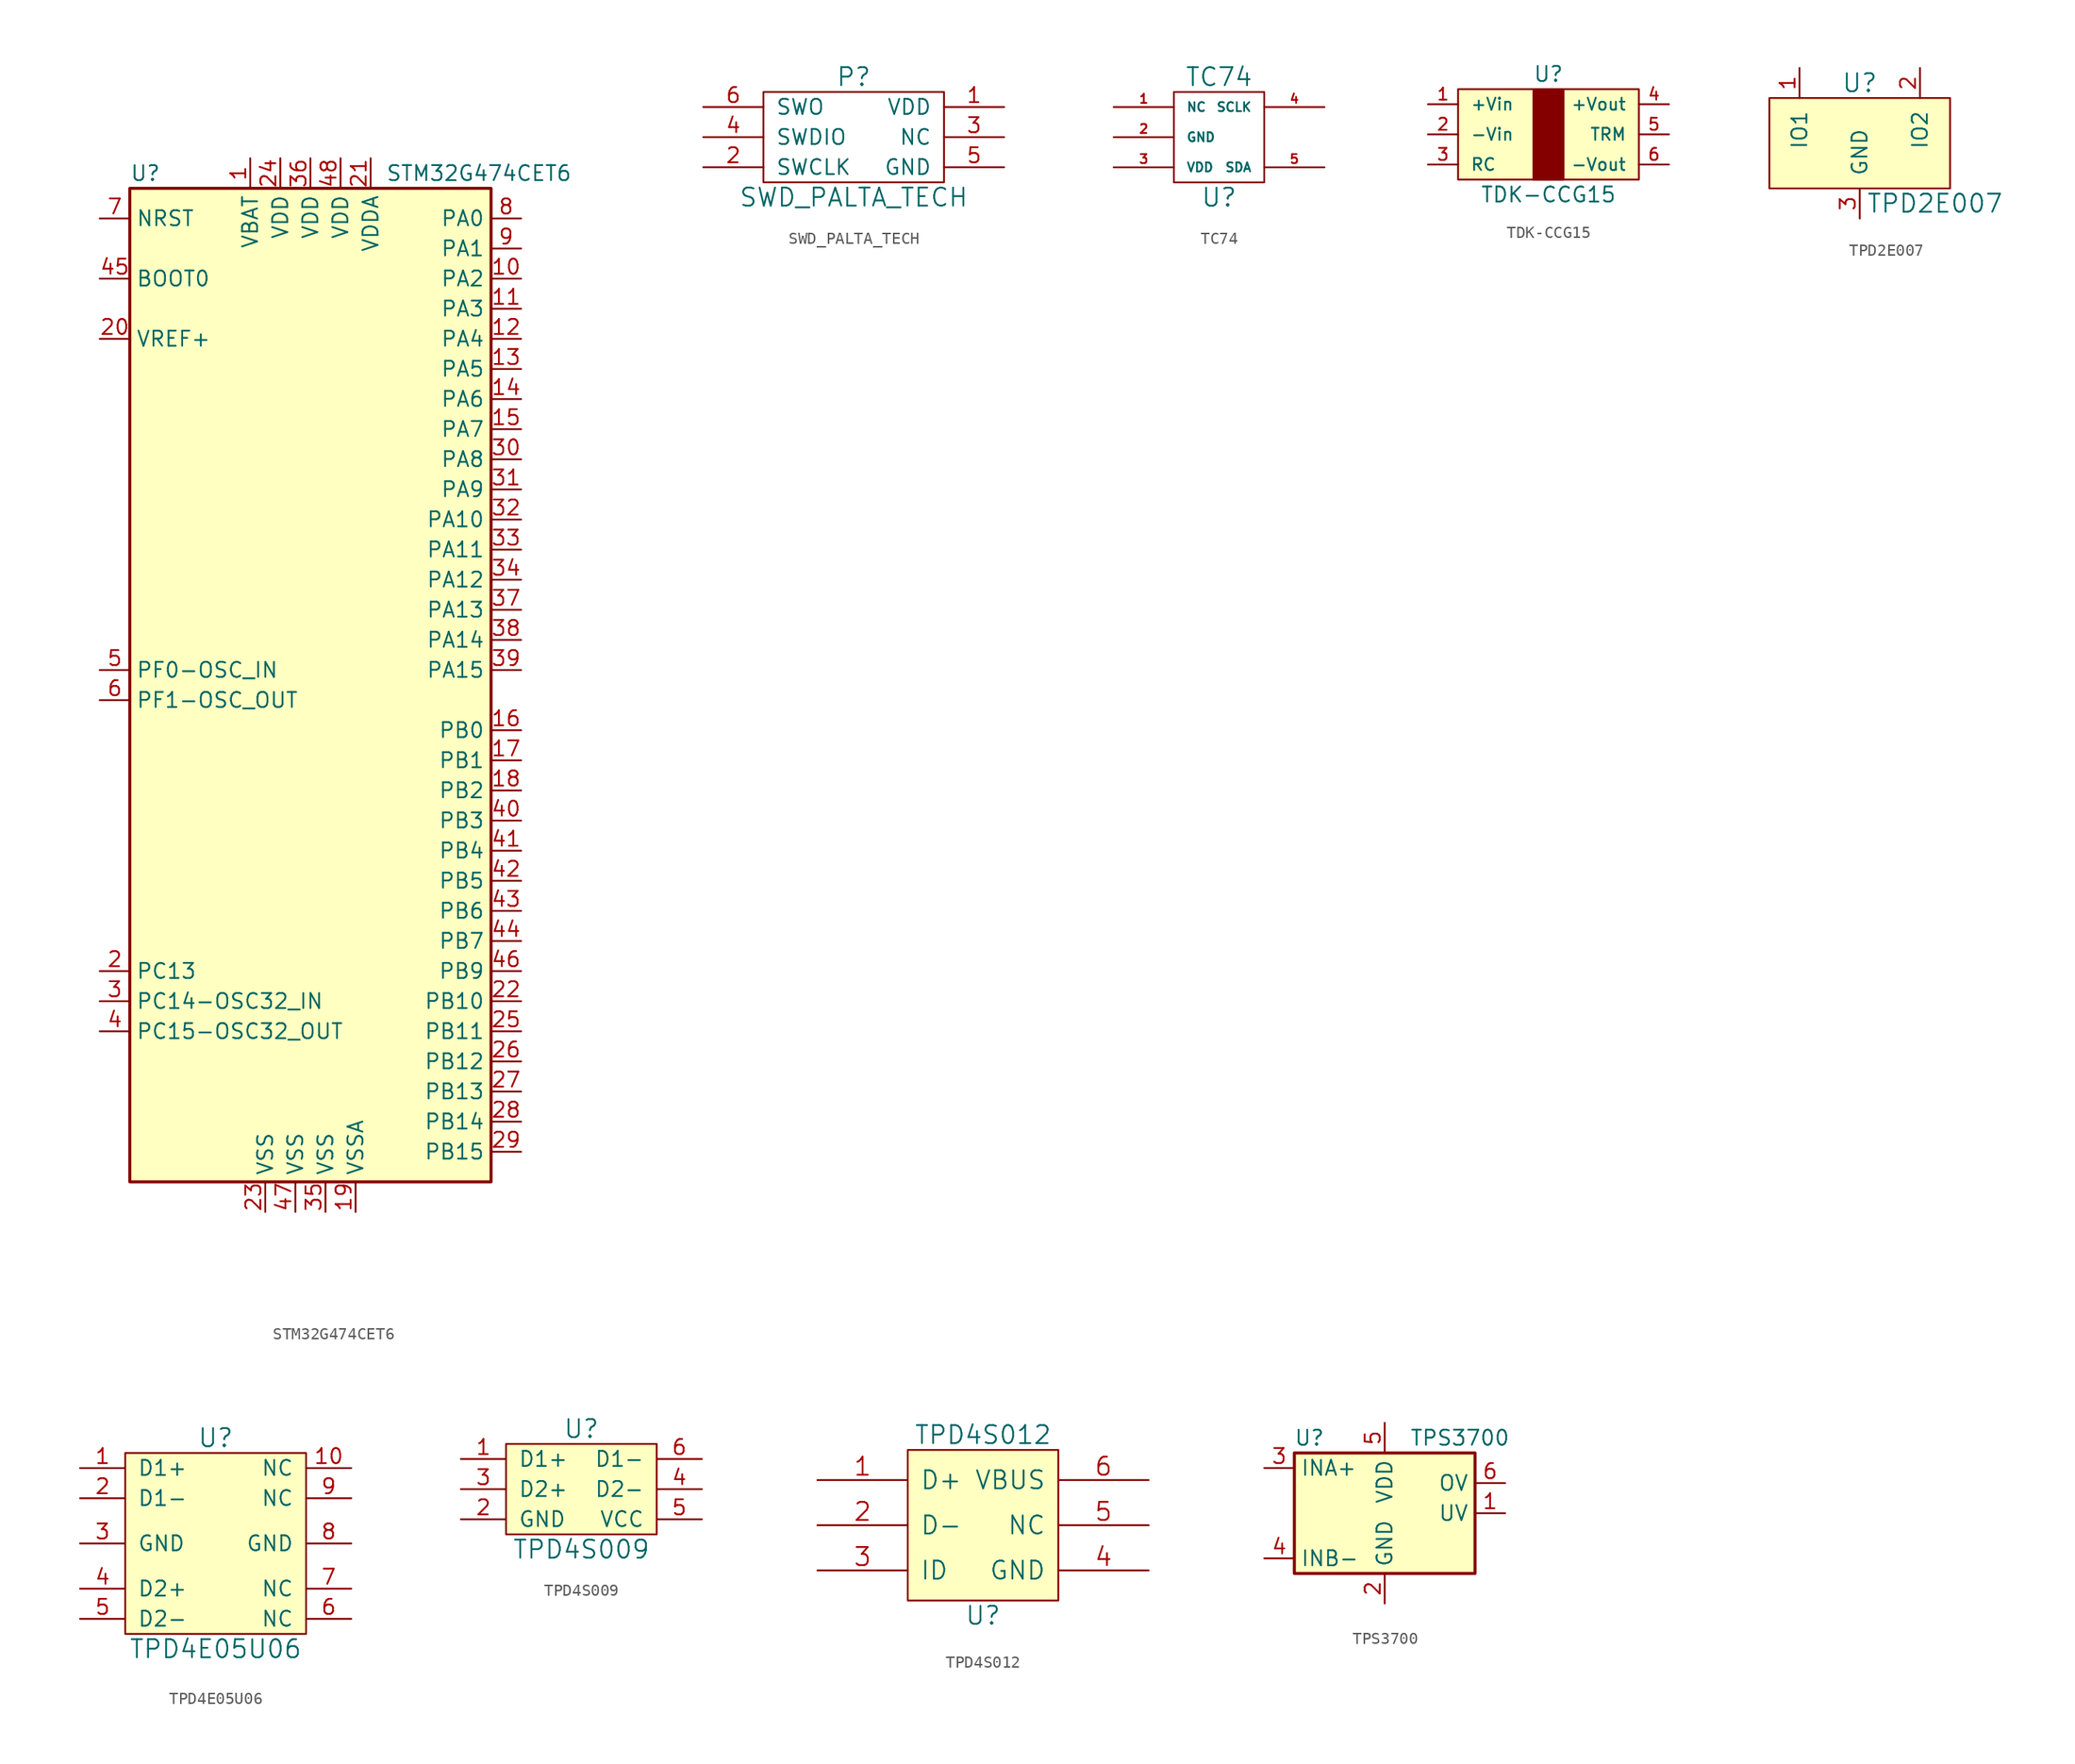
<source format=kicad_sym>
(kicad_symbol_lib
  (version 20211014)
  (generator kicad_symbol_editor)
  (symbol "STM32G474CET6"
    (property "Reference" "U"
      (at -15.24 36.83 0)
      (effects (font (size 1.27 1.27)) (justify left)))
    (property "Value" "STM32G474CET6"
      (at 6.35 36.83 0)
      (effects (font (size 1.27 1.27)) (justify left)))
    (symbol "STM32G474CET6_0_1"
      (rectangle (start -15.24 -48.26) (end 15.24 35.56) (stroke (width 0.254) (type default) (color 0 0 0 0)) (fill (type background))))
    (symbol "STM32G474CET6_1_1"
      (pin power_in line (at -5.08 38.1 270) (length 2.54) (name "VBAT" (effects (font (size 1.27 1.27)))) (number "1" (effects (font (size 1.27 1.27)))))
      (pin bidirectional line (at 17.78 27.94 180) (length 2.54) (name "PA2" (effects (font (size 1.27 1.27)))) (number "10" (effects (font (size 1.27 1.27)))))
      (pin bidirectional line (at 17.78 25.4 180) (length 2.54) (name "PA3" (effects (font (size 1.27 1.27)))) (number "11" (effects (font (size 1.27 1.27)))))
      (pin bidirectional line (at 17.78 22.86 180) (length 2.54) (name "PA4" (effects (font (size 1.27 1.27)))) (number "12" (effects (font (size 1.27 1.27)))))
      (pin bidirectional line (at 17.78 20.32 180) (length 2.54) (name "PA5" (effects (font (size 1.27 1.27)))) (number "13" (effects (font (size 1.27 1.27)))))
      (pin bidirectional line (at 17.78 17.78 180) (length 2.54) (name "PA6" (effects (font (size 1.27 1.27)))) (number "14" (effects (font (size 1.27 1.27)))))
      (pin bidirectional line (at 17.78 15.24 180) (length 2.54) (name "PA7" (effects (font (size 1.27 1.27)))) (number "15" (effects (font (size 1.27 1.27)))))
      (pin bidirectional line (at 17.78 -10.16 180) (length 2.54) (name "PB0" (effects (font (size 1.27 1.27)))) (number "16" (effects (font (size 1.27 1.27)))))
      (pin bidirectional line (at 17.78 -12.7 180) (length 2.54) (name "PB1" (effects (font (size 1.27 1.27)))) (number "17" (effects (font (size 1.27 1.27)))))
      (pin bidirectional line (at 17.78 -15.24 180) (length 2.54) (name "PB2" (effects (font (size 1.27 1.27)))) (number "18" (effects (font (size 1.27 1.27)))))
      (pin power_in line (at 3.81 -50.8 90) (length 2.54) (name "VSSA" (effects (font (size 1.27 1.27)))) (number "19" (effects (font (size 1.27 1.27)))))
      (pin bidirectional line (at -17.78 -30.48 0) (length 2.54) (name "PC13" (effects (font (size 1.27 1.27)))) (number "2" (effects (font (size 1.27 1.27)))))
      (pin input line (at -17.78 22.86 0) (length 2.54) (name "VREF+" (effects (font (size 1.27 1.27)))) (number "20" (effects (font (size 1.27 1.27)))))
      (pin power_in line (at 5.08 38.1 270) (length 2.54) (name "VDDA" (effects (font (size 1.27 1.27)))) (number "21" (effects (font (size 1.27 1.27)))))
      (pin bidirectional line (at 17.78 -33.02 180) (length 2.54) (name "PB10" (effects (font (size 1.27 1.27)))) (number "22" (effects (font (size 1.27 1.27)))))
      (pin power_in line (at -3.81 -50.8 90) (length 2.54) (name "VSS" (effects (font (size 1.27 1.27)))) (number "23" (effects (font (size 1.27 1.27)))))
      (pin power_in line (at -2.54 38.1 270) (length 2.54) (name "VDD" (effects (font (size 1.27 1.27)))) (number "24" (effects (font (size 1.27 1.27)))))
      (pin bidirectional line (at 17.78 -35.56 180) (length 2.54) (name "PB11" (effects (font (size 1.27 1.27)))) (number "25" (effects (font (size 1.27 1.27)))))
      (pin bidirectional line (at 17.78 -38.1 180) (length 2.54) (name "PB12" (effects (font (size 1.27 1.27)))) (number "26" (effects (font (size 1.27 1.27)))))
      (pin bidirectional line (at 17.78 -40.64 180) (length 2.54) (name "PB13" (effects (font (size 1.27 1.27)))) (number "27" (effects (font (size 1.27 1.27)))))
      (pin bidirectional line (at 17.78 -43.18 180) (length 2.54) (name "PB14" (effects (font (size 1.27 1.27)))) (number "28" (effects (font (size 1.27 1.27)))))
      (pin bidirectional line (at 17.78 -45.72 180) (length 2.54) (name "PB15" (effects (font (size 1.27 1.27)))) (number "29" (effects (font (size 1.27 1.27)))))
      (pin bidirectional line (at -17.78 -33.02 0) (length 2.54) (name "PC14-OSC32_IN" (effects (font (size 1.27 1.27)))) (number "3" (effects (font (size 1.27 1.27)))))
      (pin bidirectional line (at 17.78 12.7 180) (length 2.54) (name "PA8" (effects (font (size 1.27 1.27)))) (number "30" (effects (font (size 1.27 1.27)))))
      (pin bidirectional line (at 17.78 10.16 180) (length 2.54) (name "PA9" (effects (font (size 1.27 1.27)))) (number "31" (effects (font (size 1.27 1.27)))))
      (pin bidirectional line (at 17.78 7.62 180) (length 2.54) (name "PA10" (effects (font (size 1.27 1.27)))) (number "32" (effects (font (size 1.27 1.27)))))
      (pin bidirectional line (at 17.78 5.08 180) (length 2.54) (name "PA11" (effects (font (size 1.27 1.27)))) (number "33" (effects (font (size 1.27 1.27)))))
      (pin bidirectional line (at 17.78 2.54 180) (length 2.54) (name "PA12" (effects (font (size 1.27 1.27)))) (number "34" (effects (font (size 1.27 1.27)))))
      (pin power_in line (at 1.27 -50.8 90) (length 2.54) (name "VSS" (effects (font (size 1.27 1.27)))) (number "35" (effects (font (size 1.27 1.27)))))
      (pin power_in line (at 0 38.1 270) (length 2.54) (name "VDD" (effects (font (size 1.27 1.27)))) (number "36" (effects (font (size 1.27 1.27)))))
      (pin bidirectional line (at 17.78 0 180) (length 2.54) (name "PA13" (effects (font (size 1.27 1.27)))) (number "37" (effects (font (size 1.27 1.27)))))
      (pin bidirectional line (at 17.78 -2.54 180) (length 2.54) (name "PA14" (effects (font (size 1.27 1.27)))) (number "38" (effects (font (size 1.27 1.27)))))
      (pin bidirectional line (at 17.78 -5.08 180) (length 2.54) (name "PA15" (effects (font (size 1.27 1.27)))) (number "39" (effects (font (size 1.27 1.27)))))
      (pin bidirectional line (at -17.78 -35.56 0) (length 2.54) (name "PC15-OSC32_OUT" (effects (font (size 1.27 1.27)))) (number "4" (effects (font (size 1.27 1.27)))))
      (pin bidirectional line (at 17.78 -17.78 180) (length 2.54) (name "PB3" (effects (font (size 1.27 1.27)))) (number "40" (effects (font (size 1.27 1.27)))))
      (pin bidirectional line (at 17.78 -20.32 180) (length 2.54) (name "PB4" (effects (font (size 1.27 1.27)))) (number "41" (effects (font (size 1.27 1.27)))))
      (pin bidirectional line (at 17.78 -22.86 180) (length 2.54) (name "PB5" (effects (font (size 1.27 1.27)))) (number "42" (effects (font (size 1.27 1.27)))))
      (pin bidirectional line (at 17.78 -25.4 180) (length 2.54) (name "PB6" (effects (font (size 1.27 1.27)))) (number "43" (effects (font (size 1.27 1.27)))))
      (pin bidirectional line (at 17.78 -27.94 180) (length 2.54) (name "PB7" (effects (font (size 1.27 1.27)))) (number "44" (effects (font (size 1.27 1.27)))))
      (pin input line (at -17.78 27.94 0) (length 2.54) (name "BOOT0" (effects (font (size 1.27 1.27)))) (number "45" (effects (font (size 1.27 1.27)))))
      (pin bidirectional line (at 17.78 -30.48 180) (length 2.54) (name "PB9" (effects (font (size 1.27 1.27)))) (number "46" (effects (font (size 1.27 1.27)))))
      (pin power_in line (at -1.27 -50.8 90) (length 2.54) (name "VSS" (effects (font (size 1.27 1.27)))) (number "47" (effects (font (size 1.27 1.27)))))
      (pin power_in line (at 2.54 38.1 270) (length 2.54) (name "VDD" (effects (font (size 1.27 1.27)))) (number "48" (effects (font (size 1.27 1.27)))))
      (pin input line (at -17.78 -5.08 0) (length 2.54) (name "PF0-OSC_IN" (effects (font (size 1.27 1.27)))) (number "5" (effects (font (size 1.27 1.27)))))
      (pin input line (at -17.78 -7.62 0) (length 2.54) (name "PF1-OSC_OUT" (effects (font (size 1.27 1.27)))) (number "6" (effects (font (size 1.27 1.27)))))
      (pin input line (at -17.78 33.02 0) (length 2.54) (name "NRST" (effects (font (size 1.27 1.27)))) (number "7" (effects (font (size 1.27 1.27)))))
      (pin bidirectional line (at 17.78 33.02 180) (length 2.54) (name "PA0" (effects (font (size 1.27 1.27)))) (number "8" (effects (font (size 1.27 1.27)))))
      (pin bidirectional line (at 17.78 30.48 180) (length 2.54) (name "PA1" (effects (font (size 1.27 1.27)))) (number "9" (effects (font (size 1.27 1.27)))))))
  (symbol "SWD_PALTA_TECH"
    (pin_names
      (offset 1.016))
    (property "Reference" "P"
      (at 0 5.08 0)
      (effects (font (size 1.524 1.524))))
    (property "Value" "SWD_PALTA_TECH"
      (at 0 -5.08 0)
      (effects (font (size 1.524 1.524))))
    (property "Datasheet" ""
      (at 0 -5.08 0)
      (effects (font (size 1.524 1.524))))
    (symbol "SWD_PALTA_TECH_0_1"
      (rectangle (start -7.62 3.81) (end 7.62 -3.81) (stroke (width 0) (type default) (color 0 0 0 0)) (fill (type none))))
    (symbol "SWD_PALTA_TECH_1_1"
      (pin input line (at 12.7 2.54 180) (length 5.08) (name "VDD" (effects (font (size 1.27 1.27)))) (number "1" (effects (font (size 1.27 1.27)))))
      (pin input line (at -12.7 -2.54 0) (length 5.08) (name "SWCLK" (effects (font (size 1.27 1.27)))) (number "2" (effects (font (size 1.27 1.27)))))
      (pin input line (at 12.7 0 180) (length 5.08) (name "NC" (effects (font (size 1.27 1.27)))) (number "3" (effects (font (size 1.27 1.27)))))
      (pin input line (at -12.7 0 0) (length 5.08) (name "SWDIO" (effects (font (size 1.27 1.27)))) (number "4" (effects (font (size 1.27 1.27)))))
      (pin input line (at 12.7 -2.54 180) (length 5.08) (name "GND" (effects (font (size 1.27 1.27)))) (number "5" (effects (font (size 1.27 1.27)))))
      (pin input line (at -12.7 2.54 0) (length 5.08) (name "SWO" (effects (font (size 1.27 1.27)))) (number "6" (effects (font (size 1.27 1.27)))))))
  (symbol "TC74"
    (pin_names
      (offset 1.016))
    (property "Reference" "U"
      (at 0 -5.08 0)
      (effects (font (size 1.524 1.524))))
    (property "Value" "TC74"
      (at 0 5.08 0)
      (effects (font (size 1.524 1.524))))
    (property "Footprint" ""
      (at 0 0 0)
      (effects (font (size 1.524 1.524))))
    (property "Datasheet" ""
      (at 0 0 0)
      (effects (font (size 1.524 1.524))))
    (symbol "TC74_0_1"
      (rectangle (start 3.81 3.81) (end -3.81 -3.81) (stroke (width 0) (type default) (color 0 0 0 0)) (fill (type none))))
    (symbol "TC74_1_1"
      (pin bidirectional line (at -8.89 2.54 0) (length 5.08) (name "NC" (effects (font (size 0.762 0.762)))) (number "1" (effects (font (size 0.762 0.762)))))
      (pin bidirectional line (at -8.89 0 0) (length 5.08) (name "GND" (effects (font (size 0.762 0.762)))) (number "2" (effects (font (size 0.762 0.762)))))
      (pin bidirectional line (at -8.89 -2.54 0) (length 5.08) (name "VDD" (effects (font (size 0.762 0.762)))) (number "3" (effects (font (size 0.762 0.762)))))
      (pin bidirectional line (at 8.89 2.54 180) (length 5.08) (name "SCLK" (effects (font (size 0.762 0.762)))) (number "4" (effects (font (size 0.762 0.762)))))
      (pin bidirectional line (at 8.89 -2.54 180) (length 5.08) (name "SDA" (effects (font (size 0.762 0.762)))) (number "5" (effects (font (size 0.762 0.762)))))))
  (symbol "TDK-CCG15"
    (pin_names
      (offset 1.016))
    (property "Reference" "U"
      (at 0 5.08 0)
      (effects (font (size 1.27 1.27))))
    (property "Value" "TDK-CCG15"
      (at 0 -5.08 0)
      (effects (font (size 1.27 1.27))))
    (symbol "TDK-CCG15_0_1"
      (rectangle (start -7.62 3.81) (end 7.62 -3.81) (stroke (width 0) (type default) (color 0 0 0 0)) (fill (type background)))
      (rectangle (start -1.27 3.81) (end 1.27 -3.81) (stroke (width 0) (type default) (color 0 0 0 0)) (fill (type outline))))
    (symbol "TDK-CCG15_1_1"
      (pin input line (at -10.16 2.54 0) (length 2.54) (name "+Vin" (effects (font (size 1.016 1.016)))) (number "1" (effects (font (size 1.016 1.016)))))
      (pin input line (at -10.16 0 0) (length 2.54) (name "-Vin" (effects (font (size 1.016 1.016)))) (number "2" (effects (font (size 1.016 1.016)))))
      (pin input line (at -10.16 -2.54 0) (length 2.54) (name "RC" (effects (font (size 1.016 1.016)))) (number "3" (effects (font (size 1.016 1.016)))))
      (pin input line (at 10.16 2.54 180) (length 2.54) (name "+Vout" (effects (font (size 1.016 1.016)))) (number "4" (effects (font (size 1.016 1.016)))))
      (pin input line (at 10.16 0 180) (length 2.54) (name "TRM" (effects (font (size 1.016 1.016)))) (number "5" (effects (font (size 1.016 1.016)))))
      (pin input line (at 10.16 -2.54 180) (length 2.54) (name "-Vout" (effects (font (size 1.016 1.016)))) (number "6" (effects (font (size 1.016 1.016)))))))
  (symbol "TPD2E007"
    (pin_names
      (offset 1.016))
    (property "Reference" "U"
      (at 0 6.35 0)
      (effects (font (size 1.524 1.524))))
    (property "Value" "TPD2E007"
      (at 6.35 -3.81 0)
      (effects (font (size 1.524 1.524))))
    (symbol "TPD2E007_0_1"
      (rectangle (start -7.62 5.08) (end 7.62 -2.54) (stroke (width 0) (type default) (color 0 0 0 0)) (fill (type background))))
    (symbol "TPD2E007_1_1"
      (pin input line (at -5.08 7.62 270) (length 2.54) (name "IO1" (effects (font (size 1.27 1.27)))) (number "1" (effects (font (size 1.27 1.27)))))
      (pin input line (at 5.08 7.62 270) (length 2.54) (name "IO2" (effects (font (size 1.27 1.27)))) (number "2" (effects (font (size 1.27 1.27)))))
      (pin input line (at 0 -5.08 90) (length 2.54) (name "GND" (effects (font (size 1.27 1.27)))) (number "3" (effects (font (size 1.27 1.27)))))))
  (symbol "TPD4E05U06"
    (pin_names
      (offset 1.016))
    (property "Reference" "U"
      (at 0 8.89 0)
      (effects (font (size 1.524 1.524))))
    (property "Value" "TPD4E05U06"
      (at 0 -8.89 0)
      (effects (font (size 1.524 1.524))))
    (property "Footprint" ""
      (at 0 -7.62 0)
      (effects (font (size 1.524 1.524))))
    (property "Datasheet" ""
      (at 0 -7.62 0)
      (effects (font (size 1.524 1.524))))
    (symbol "TPD4E05U06_0_1"
      (rectangle (start -7.62 7.62) (end 7.62 -7.62) (stroke (width 0) (type default) (color 0 0 0 0)) (fill (type background))))
    (symbol "TPD4E05U06_1_1"
      (pin input line (at -11.43 6.35 0) (length 3.81) (name "D1+" (effects (font (size 1.27 1.27)))) (number "1" (effects (font (size 1.27 1.27)))))
      (pin input line (at 11.43 6.35 180) (length 3.81) (name "NC" (effects (font (size 1.27 1.27)))) (number "10" (effects (font (size 1.27 1.27)))))
      (pin input line (at -11.43 3.81 0) (length 3.81) (name "D1-" (effects (font (size 1.27 1.27)))) (number "2" (effects (font (size 1.27 1.27)))))
      (pin input line (at -11.43 0 0) (length 3.81) (name "GND" (effects (font (size 1.27 1.27)))) (number "3" (effects (font (size 1.27 1.27)))))
      (pin input line (at -11.43 -3.81 0) (length 3.81) (name "D2+" (effects (font (size 1.27 1.27)))) (number "4" (effects (font (size 1.27 1.27)))))
      (pin input line (at -11.43 -6.35 0) (length 3.81) (name "D2-" (effects (font (size 1.27 1.27)))) (number "5" (effects (font (size 1.27 1.27)))))
      (pin input line (at 11.43 -6.35 180) (length 3.81) (name "NC" (effects (font (size 1.27 1.27)))) (number "6" (effects (font (size 1.27 1.27)))))
      (pin input line (at 11.43 -3.81 180) (length 3.81) (name "NC" (effects (font (size 1.27 1.27)))) (number "7" (effects (font (size 1.27 1.27)))))
      (pin input line (at 11.43 0 180) (length 3.81) (name "GND" (effects (font (size 1.27 1.27)))) (number "8" (effects (font (size 1.27 1.27)))))
      (pin input line (at 11.43 3.81 180) (length 3.81) (name "NC" (effects (font (size 1.27 1.27)))) (number "9" (effects (font (size 1.27 1.27)))))))
  (symbol "TPD4S009"
    (pin_names
      (offset 1.016))
    (property "Reference" "U"
      (at 0 5.08 0)
      (effects (font (size 1.524 1.524))))
    (property "Value" "TPD4S009"
      (at 0 -5.08 0)
      (effects (font (size 1.524 1.524))))
    (symbol "TPD4S009_0_1"
      (rectangle (start -6.35 3.81) (end 6.35 -3.81) (stroke (width 0) (type default) (color 0 0 0 0)) (fill (type background))))
    (symbol "TPD4S009_1_1"
      (pin input line (at -10.16 2.54 0) (length 3.81) (name "D1+" (effects (font (size 1.27 1.27)))) (number "1" (effects (font (size 1.27 1.27)))))
      (pin power_in line (at -10.16 -2.54 0) (length 3.81) (name "GND" (effects (font (size 1.27 1.27)))) (number "2" (effects (font (size 1.27 1.27)))))
      (pin input line (at -10.16 0 0) (length 3.81) (name "D2+" (effects (font (size 1.27 1.27)))) (number "3" (effects (font (size 1.27 1.27)))))
      (pin input line (at 10.16 0 180) (length 3.81) (name "D2-" (effects (font (size 1.27 1.27)))) (number "4" (effects (font (size 1.27 1.27)))))
      (pin passive line (at 10.16 -2.54 180) (length 3.81) (name "VCC" (effects (font (size 1.27 1.27)))) (number "5" (effects (font (size 1.27 1.27)))))
      (pin passive line (at 10.16 2.54 180) (length 3.81) (name "D1-" (effects (font (size 1.27 1.27)))) (number "6" (effects (font (size 1.27 1.27)))))))
  (symbol "TPD4S012"
    (pin_names
      (offset 1.016))
    (property "Reference" "U"
      (at 0 -7.62 0)
      (effects (font (size 1.524 1.524))))
    (property "Value" "TPD4S012"
      (at 0 7.62 0)
      (effects (font (size 1.524 1.524))))
    (property "Footprint" ""
      (at -2.54 -2.54 0)
      (effects (font (size 1.524 1.524))))
    (property "Datasheet" ""
      (at 0 0 0)
      (effects (font (size 1.524 1.524))))
    (symbol "TPD4S012_0_1"
      (rectangle (start -6.35 6.35) (end 6.35 -6.35) (stroke (width 0) (type default) (color 0 0 0 0)) (fill (type background))))
    (symbol "TPD4S012_1_1"
      (pin input line (at -13.97 3.81 0) (length 7.62) (name "D+" (effects (font (size 1.524 1.524)))) (number "1" (effects (font (size 1.524 1.524)))))
      (pin input line (at -13.97 0 0) (length 7.62) (name "D-" (effects (font (size 1.524 1.524)))) (number "2" (effects (font (size 1.524 1.524)))))
      (pin input line (at -13.97 -3.81 0) (length 7.62) (name "ID" (effects (font (size 1.524 1.524)))) (number "3" (effects (font (size 1.524 1.524)))))
      (pin input line (at 13.97 -3.81 180) (length 7.62) (name "GND" (effects (font (size 1.524 1.524)))) (number "4" (effects (font (size 1.524 1.524)))))
      (pin input line (at 13.97 0 180) (length 7.62) (name "NC" (effects (font (size 1.524 1.524)))) (number "5" (effects (font (size 1.524 1.524)))))
      (pin input line (at 13.97 3.81 180) (length 7.62) (name "VBUS" (effects (font (size 1.524 1.524)))) (number "6" (effects (font (size 1.524 1.524)))))))
  (symbol "TPS3700"
    (property "Reference" "U"
      (at -6.35 6.35 0)
      (effects (font (size 1.27 1.27))))
    (property "Value" "TPS3700"
      (at 6.35 6.35 0)
      (effects (font (size 1.27 1.27))))
    (symbol "TPS3700_0_1"
      (rectangle (start -7.62 5.08) (end 7.62 -5.08) (stroke (width 0.254) (type default) (color 0 0 0 0)) (fill (type background))))
    (symbol "TPS3700_1_1"
      (pin open_collector line (at 10.16 0 180) (length 2.54) (name "UV" (effects (font (size 1.27 1.27)))) (number "1" (effects (font (size 1.27 1.27)))))
      (pin power_in line (at 0 -7.62 90) (length 2.54) (name "GND" (effects (font (size 1.27 1.27)))) (number "2" (effects (font (size 1.27 1.27)))))
      (pin input line (at -10.16 3.81 0) (length 2.54) (name "INA+" (effects (font (size 1.27 1.27)))) (number "3" (effects (font (size 1.27 1.27)))))
      (pin input line (at -10.16 -3.81 0) (length 2.54) (name "INB-" (effects (font (size 1.27 1.27)))) (number "4" (effects (font (size 1.27 1.27)))))
      (pin power_in line (at 0 7.62 270) (length 2.54) (name "VDD" (effects (font (size 1.27 1.27)))) (number "5" (effects (font (size 1.27 1.27)))))
      (pin open_collector line (at 10.16 2.54 180) (length 2.54) (name "OV" (effects (font (size 1.27 1.27)))) (number "6" (effects (font (size 1.27 1.27))))))))
</source>
